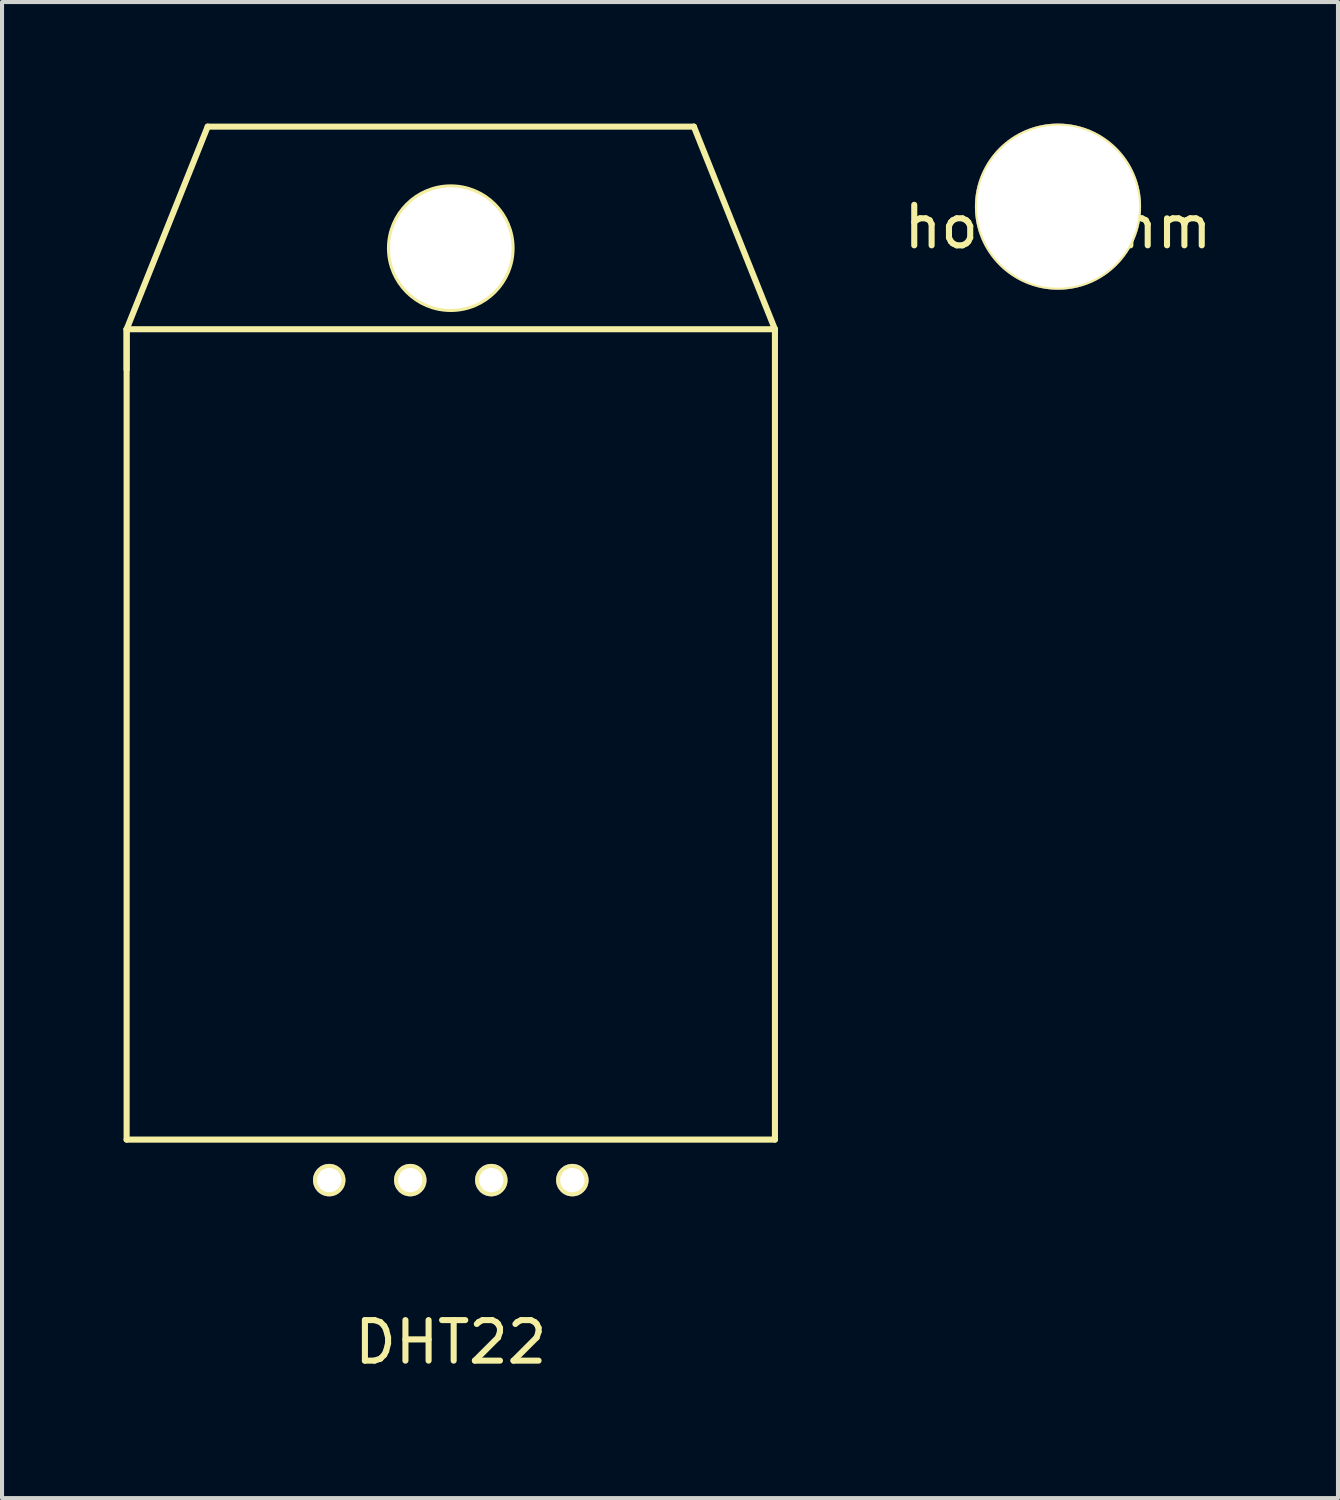
<source format=kicad_pcb>
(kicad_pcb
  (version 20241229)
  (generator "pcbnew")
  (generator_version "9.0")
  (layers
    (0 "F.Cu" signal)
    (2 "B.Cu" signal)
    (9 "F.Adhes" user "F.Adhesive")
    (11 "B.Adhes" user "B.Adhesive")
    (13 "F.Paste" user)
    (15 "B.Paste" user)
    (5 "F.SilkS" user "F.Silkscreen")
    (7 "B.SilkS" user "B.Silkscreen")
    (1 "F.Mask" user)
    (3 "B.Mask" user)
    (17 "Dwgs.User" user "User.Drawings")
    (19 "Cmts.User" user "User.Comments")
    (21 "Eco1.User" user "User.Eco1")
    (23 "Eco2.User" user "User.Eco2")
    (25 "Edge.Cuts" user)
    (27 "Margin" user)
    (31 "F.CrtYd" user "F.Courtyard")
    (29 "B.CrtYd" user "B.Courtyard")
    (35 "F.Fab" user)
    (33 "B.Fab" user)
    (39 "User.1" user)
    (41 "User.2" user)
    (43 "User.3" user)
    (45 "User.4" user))
  (footprint "DHT22"
    (layer "F.Cu")
    (at 8.075 27.075)
    (property "Reference" "DHT22" (at 0 3 0) (layer "F.SilkS") (effects (font (size 1 1) (thickness 0.15))))
    (attr through_hole)
    (fp_line (start -8 -22) (end -8 -2) (stroke (width 0.15) (type solid)) (layer "F.SilkS"))
    (fp_line (start -8 -22) (end -6 -27) (stroke (width 0.15) (type solid)) (layer "F.SilkS"))
    (fp_line (start -8 -21) (end -8 -22) (stroke (width 0.15) (type solid)) (layer "F.SilkS"))
    (fp_line (start -8 -2) (end 8 -2) (stroke (width 0.15) (type solid)) (layer "F.SilkS"))
    (fp_line (start 6 -27) (end -6 -27) (stroke (width 0.15) (type solid)) (layer "F.SilkS"))
    (fp_line (start 8 -22) (end -8 -22) (stroke (width 0.15) (type solid)) (layer "F.SilkS"))
    (fp_line (start 8 -22) (end 6 -27) (stroke (width 0.15) (type solid)) (layer "F.SilkS"))
    (fp_line (start 8 -2) (end 8 -22) (stroke (width 0.15) (type solid)) (layer "F.SilkS"))
    (fp_circle (center 0 -24) (end 1.5 -24) (stroke (width 0.15) (type solid)) (fill no) (layer "F.SilkS"))
    (pad "1" thru_hole circle (at -3 -1) (size 0.8 0.8) (drill 0.6) (layers "*.Cu" "*.Mask" "F.SilkS"))
    (pad "2" thru_hole circle (at -1 -1) (size 0.8 0.8) (drill 0.6) (layers "*.Cu" "*.Mask" "F.SilkS"))
    (pad "3" thru_hole circle (at 1 -1) (size 0.8 0.8) (drill 0.6) (layers "*.Cu" "*.Mask" "F.SilkS"))
    (pad "4" thru_hole circle (at 3 -1) (size 0.8 0.8) (drill 0.6) (layers "*.Cu" "*.Mask" "F.SilkS"))
    (pad "~" thru_hole circle (at 0 -24) (size 3 3) (drill 3) (layers "*.Cu" "*.Mask" "F.SilkS")))
  (footprint "hole_4mm"
    (layer "F.Cu")
    (at 23.061 2.05)
    (property "Reference" "hole_4mm" (at 0 0.5 0) (layer "F.SilkS") (effects (font (size 1 1) (thickness 0.15))))
    (attr through_hole)
    (pad "1" thru_hole circle (at 0 0) (size 4.1 4.1) (drill 4) (layers "*.Cu" "*.Mask" "F.SilkS")))
  (gr_rect
    (start -3 -3)
    (end 29.971 33.923)
    (stroke (width 0.1) (type default))
    (fill no)
    (layer "Edge.Cuts")))
</source>
